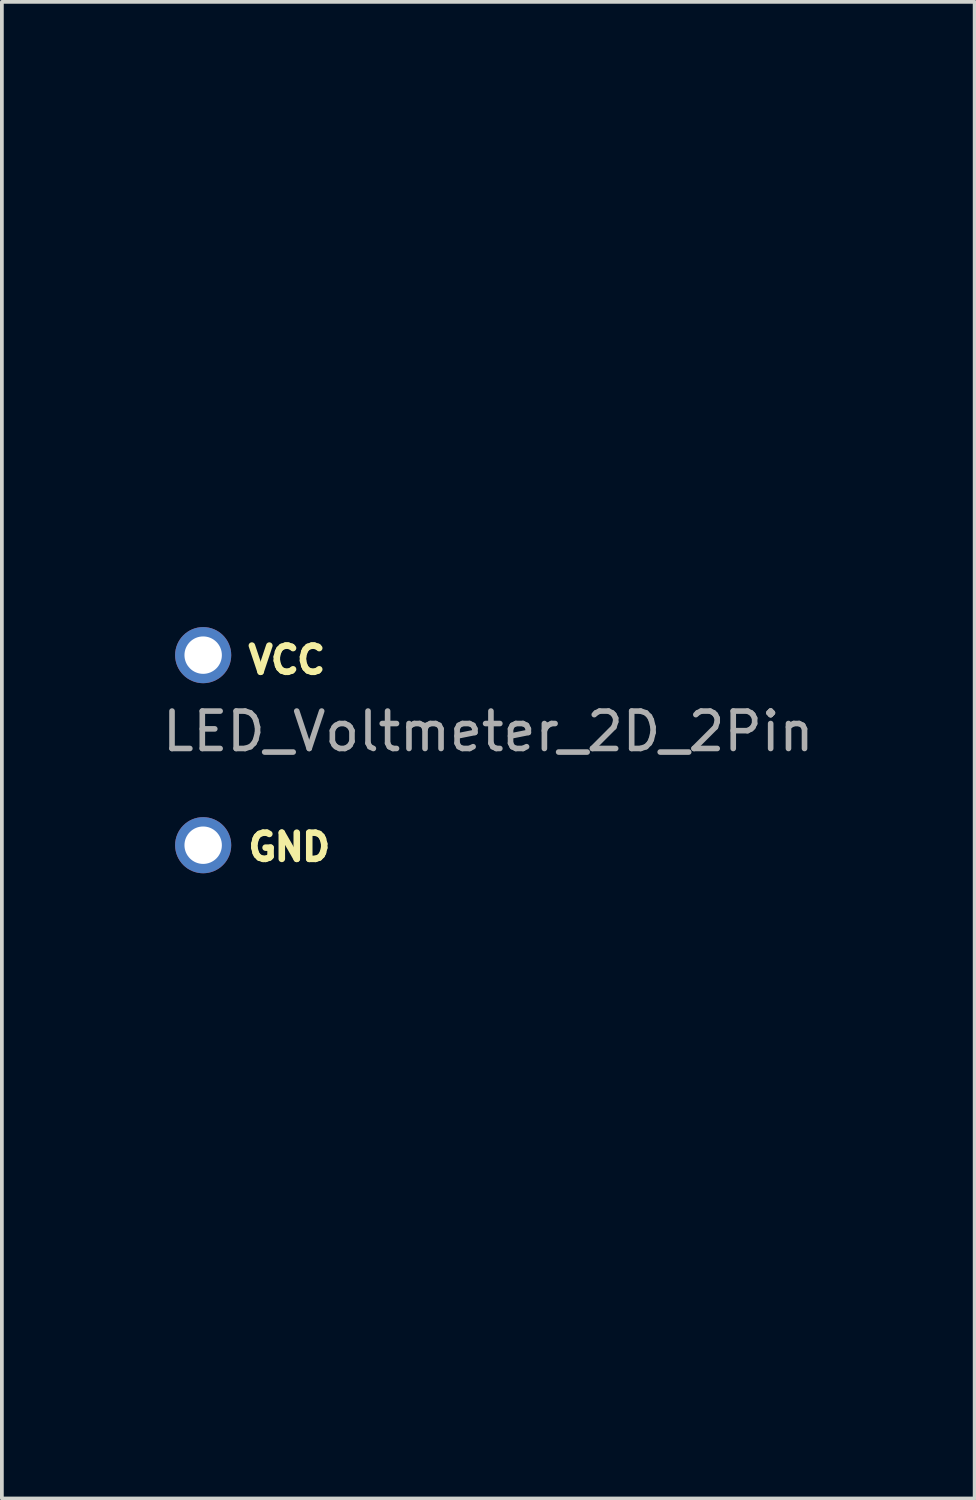
<source format=kicad_pcb>
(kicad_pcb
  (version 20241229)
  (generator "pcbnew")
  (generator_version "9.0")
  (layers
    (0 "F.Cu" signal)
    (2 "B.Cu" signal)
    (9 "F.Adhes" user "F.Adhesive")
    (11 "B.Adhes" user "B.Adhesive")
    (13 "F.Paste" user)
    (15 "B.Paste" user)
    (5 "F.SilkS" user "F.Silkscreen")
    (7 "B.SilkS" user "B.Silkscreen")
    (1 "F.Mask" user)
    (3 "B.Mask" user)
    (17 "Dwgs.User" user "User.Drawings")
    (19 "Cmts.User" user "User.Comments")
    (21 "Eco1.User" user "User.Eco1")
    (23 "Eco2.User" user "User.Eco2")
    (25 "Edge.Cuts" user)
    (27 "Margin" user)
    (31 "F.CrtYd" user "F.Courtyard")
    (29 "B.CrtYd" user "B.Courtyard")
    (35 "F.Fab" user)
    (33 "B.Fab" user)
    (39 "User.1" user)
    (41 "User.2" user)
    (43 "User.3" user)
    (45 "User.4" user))
  (footprint "LED_Voltmeter_2D_2Pin"
    (layer "F.Cu")
    (at 10 17)
    (property "Reference" "LED_Voltmeter_2D_2Pin" (at 0 -0.5 0) (unlocked yes) (layer "F.SilkS") (effects (font (size 1 1) (thickness 0.1))))
    (attr smd)
    (fp_text user "GND" (at -6.5 3 0) (unlocked yes) (layer "F.SilkS") (effects (font (size 0.7 0.7) (thickness 0.175) (bold yes)) (justify left bottom)))
    (fp_text user "VCC" (at -6.5 -2 0) (unlocked yes) (layer "F.SilkS") (effects (font (size 0.7 0.7) (thickness 0.175) (bold yes)) (justify left bottom)))
    (fp_text user "LED_Voltmeter_2D_2Pin" (at 0 -0.5 0) (unlocked yes) (layer "F.Fab") (effects (font (size 1 1) (thickness 0.15))))
    (pad "1" thru_hole circle (at -7.62 -2.54) (size 1.5 1.5) (drill 1) (layers "*.Cu" "*.Mask"))
    (pad "2" thru_hole circle (at -7.62 2.54) (size 1.5 1.5) (drill 1) (layers "*.Cu" "*.Mask"))
    (zone (net_name "") (layer "F.SilkS") (hatch edge 0.5) (connect_pads) (min_thickness 0.25) (filled_areas_thickness no) (keepout (tracks allowed) (vias allowed) (pads not_allowed) (copperpour allowed) (footprints not_allowed)) (placement (enabled no)) (fill) (polygon (pts (xy 0 0) (xy 20 0) (xy 20 34) (xy 0 34)))))
  (gr_rect
    (start -3 -3)
    (end 23 37)
    (stroke (width 0.1) (type default))
    (fill no)
    (layer "Edge.Cuts")))
</source>
